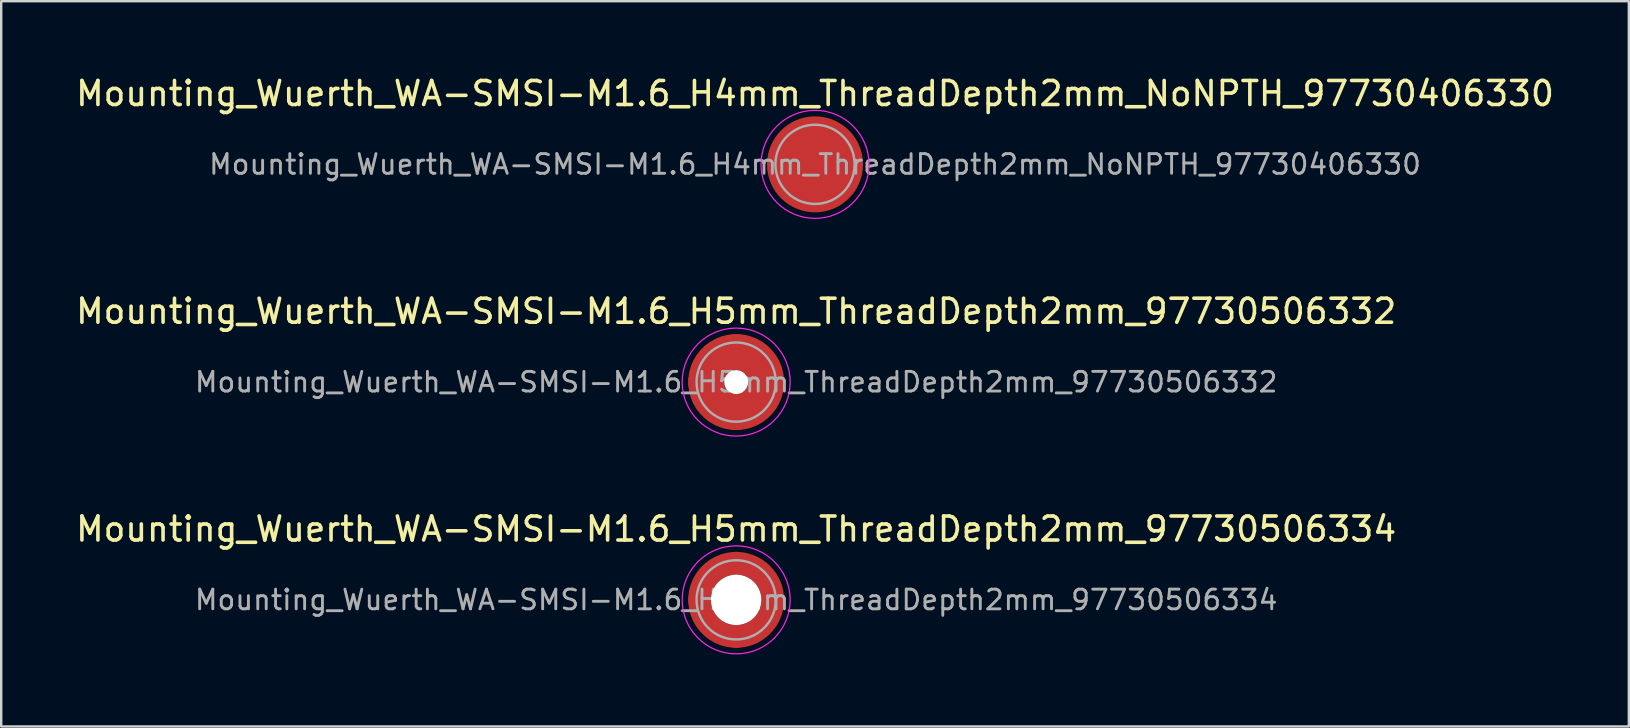
<source format=kicad_pcb>
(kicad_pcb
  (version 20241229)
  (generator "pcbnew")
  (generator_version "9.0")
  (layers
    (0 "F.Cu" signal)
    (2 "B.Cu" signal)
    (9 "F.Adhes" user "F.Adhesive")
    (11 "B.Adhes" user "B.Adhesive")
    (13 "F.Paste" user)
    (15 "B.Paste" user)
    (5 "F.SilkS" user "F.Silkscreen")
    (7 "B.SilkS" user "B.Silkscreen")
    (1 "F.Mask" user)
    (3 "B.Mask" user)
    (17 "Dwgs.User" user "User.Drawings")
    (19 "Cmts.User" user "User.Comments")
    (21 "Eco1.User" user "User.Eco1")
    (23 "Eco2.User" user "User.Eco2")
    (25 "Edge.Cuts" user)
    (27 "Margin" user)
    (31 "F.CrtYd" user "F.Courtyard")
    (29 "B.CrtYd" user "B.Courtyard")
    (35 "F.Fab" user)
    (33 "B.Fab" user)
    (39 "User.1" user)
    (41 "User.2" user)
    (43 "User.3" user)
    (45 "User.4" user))
  (footprint "Mounting_Wuerth_WA-SMSI-M1.6_H5mm_ThreadDepth2mm_97730506334"
    (layer "F.Cu")
    (at 27.625 21.945)
    (property "Reference" "Mounting_Wuerth_WA-SMSI-M1.6_H5mm_ThreadDepth2mm_97730506334" (at 0 -2.95 0) (layer "F.SilkS") (effects (font (size 1 1) (thickness 0.15))))
    (attr smd)
    (fp_circle (center 0 0) (end 2.25 0) (stroke (width 0.05) (type solid)) (fill no) (layer "F.CrtYd"))
    (fp_circle (center 0 0) (end 1.65 0) (stroke (width 0.1) (type solid)) (fill no) (layer "F.Fab"))
    (fp_text user "${REFERENCE}" (at 0 0 0) (layer "F.Fab") (effects (font (size 0.82 0.82) (thickness 0.12))))
    (pad "" smd custom (at -1.061 -1.061) (size 0.8 0.8) (layers "F.Paste") (options (anchor circle)) (primitives (gr_arc (start -0.176272 0.66066) (mid 0.141421 0.141421) (end 0.66066 -0.176272) (width 0.4)) (gr_arc (start -0.385023 0.66066) (mid 0 0) (end 0.66066 -0.385023) (width 0.4)) (gr_arc (start -0.591611 0.66066) (mid -0.141421 -0.141421) (end 0.66066 -0.591611) (width 0.4)) (gr_line (start 0.661 -0.176) (end 0.661 -0.592) (width 0.4)) (gr_line (start -0.176 0.661) (end -0.592 0.661) (width 0.4))))
    (pad "" smd custom (at -1.061 1.061) (size 0.8 0.8) (layers "F.Paste") (options (anchor circle)) (primitives (gr_arc (start 0.66066 0.176272) (mid 0.141421 -0.141421) (end -0.176272 -0.66066) (width 0.4)) (gr_arc (start 0.66066 0.385023) (mid 0 0) (end -0.385023 -0.66066) (width 0.4)) (gr_arc (start 0.66066 0.591611) (mid -0.141421 0.141421) (end -0.591611 -0.66066) (width 0.4)) (gr_line (start -0.176 -0.661) (end -0.592 -0.661) (width 0.4)) (gr_line (start 0.661 0.176) (end 0.661 0.592) (width 0.4))))
    (pad "" np_thru_hole circle (at 0 0) (size 2.1 2.1) (drill 2.1) (layers "*.Cu" "*.Mask"))
    (pad "" smd custom (at 1.061 -1.061) (size 0.8 0.8) (layers "F.Paste") (options (anchor circle)) (primitives (gr_arc (start -0.66066 -0.176272) (mid -0.141421 0.141421) (end 0.176272 0.66066) (width 0.4)) (gr_arc (start -0.66066 -0.385023) (mid 0 0) (end 0.385023 0.66066) (width 0.4)) (gr_arc (start -0.66066 -0.591611) (mid 0.141421 -0.141421) (end 0.591611 0.66066) (width 0.4)) (gr_line (start 0.176 0.661) (end 0.592 0.661) (width 0.4)) (gr_line (start -0.661 -0.176) (end -0.661 -0.592) (width 0.4))))
    (pad "" smd custom (at 1.061 1.061) (size 0.8 0.8) (layers "F.Paste") (options (anchor circle)) (primitives (gr_arc (start 0.176272 -0.66066) (mid -0.141421 -0.141421) (end -0.66066 0.176272) (width 0.4)) (gr_arc (start 0.385023 -0.66066) (mid 0 0) (end -0.66066 0.385023) (width 0.4)) (gr_arc (start 0.591611 -0.66066) (mid 0.141421 0.141421) (end -0.66066 0.591611) (width 0.4)) (gr_line (start -0.661 0.176) (end -0.661 0.592) (width 0.4)) (gr_line (start 0.176 -0.661) (end 0.592 -0.661) (width 0.4))))
    (pad "1" smd circle (at -1.525 0) (size 0.95 0.95) (layers "F.Cu"))
    (pad "1" smd circle (at 0 -1.525) (size 0.95 0.95) (layers "F.Cu"))
    (pad "1" smd circle (at 0 1.525) (size 0.95 0.95) (layers "F.Cu"))
    (pad "1" smd custom (at 1.525 0) (size 0.95 0.95) (layers "F.Cu" "F.Mask") (options (anchor circle)) (primitives (gr_circle (center -1.525 0) (end 0 0) (width 0.95) (fill no)))))
  (footprint "Mounting_Wuerth_WA-SMSI-M1.6_H5mm_ThreadDepth2mm_97730506332"
    (layer "F.Cu")
    (at 27.625 12.871)
    (property "Reference" "Mounting_Wuerth_WA-SMSI-M1.6_H5mm_ThreadDepth2mm_97730506332" (at 0 -2.95 0) (layer "F.SilkS") (effects (font (size 1 1) (thickness 0.15))))
    (attr smd)
    (fp_circle (center 0 0) (end 2.25 0) (stroke (width 0.05) (type solid)) (fill no) (layer "F.CrtYd"))
    (fp_circle (center 0 0) (end 1.65 0) (stroke (width 0.1) (type solid)) (fill no) (layer "F.Fab"))
    (fp_text user "${REFERENCE}" (at 0 0 0) (layer "F.Fab") (effects (font (size 0.82 0.82) (thickness 0.12))))
    (pad "" smd custom (at 0 -1.25) (size 1.3 1.3) (layers "F.Paste") (options (anchor circle)) (primitives (gr_arc (start -0.3 0.375) (mid 0 0.325) (end 0.3 0.375) (width 0.65)) (gr_arc (start -0.892679 0.375) (mid 0 0) (end 0.892679 0.375) (width 0.65)) (gr_arc (start -1.30958 0.375) (mid 0 -0.325) (end 1.30958 0.375) (width 0.65)) (gr_line (start 0.3 0.375) (end 1.31 0.375) (width 0.65)) (gr_line (start -0.3 0.375) (end -1.31 0.375) (width 0.65))))
    (pad "" np_thru_hole circle (at 0 0) (size 1 1) (drill 1) (layers "*.Cu" "*.Mask"))
    (pad "" smd custom (at 0 1.25) (size 1.3 1.3) (layers "F.Paste") (options (anchor circle)) (primitives (gr_arc (start 0.3 -0.375) (mid 0 -0.325) (end -0.3 -0.375) (width 0.65)) (gr_arc (start 0.892679 -0.375) (mid 0 0) (end -0.892679 -0.375) (width 0.65)) (gr_arc (start 1.30958 -0.375) (mid 0 0.325) (end -1.30958 -0.375) (width 0.65)) (gr_line (start -0.3 -0.375) (end -1.31 -0.375) (width 0.65)) (gr_line (start 0.3 -0.375) (end 1.31 -0.375) (width 0.65))))
    (pad "1" smd circle (at -1.25 0) (size 1.5 1.5) (layers "F.Cu"))
    (pad "1" smd circle (at 0 -1.25) (size 1.5 1.5) (layers "F.Cu"))
    (pad "1" smd circle (at 0 1.25) (size 1.5 1.5) (layers "F.Cu"))
    (pad "1" smd custom (at 1.25 0) (size 1.5 1.5) (layers "F.Cu" "F.Mask") (options (anchor circle)) (primitives (gr_circle (center -1.25 0) (end 0 0) (width 1.5) (fill no)))))
  (footprint "Mounting_Wuerth_WA-SMSI-M1.6_H4mm_ThreadDepth2mm_NoNPTH_97730406330"
    (layer "F.Cu")
    (at 30.911 3.798)
    (property "Reference" "Mounting_Wuerth_WA-SMSI-M1.6_H4mm_ThreadDepth2mm_NoNPTH_97730406330" (at 0 -2.95 0) (layer "F.SilkS") (effects (font (size 1 1) (thickness 0.15))))
    (attr smd)
    (fp_circle (center 0 0) (end 2.25 0) (stroke (width 0.05) (type solid)) (fill no) (layer "F.CrtYd"))
    (fp_circle (center 0 0) (end 1.65 0) (stroke (width 0.1) (type solid)) (fill no) (layer "F.Fab"))
    (fp_text user "${REFERENCE}" (at 0 0 0) (layer "F.Fab") (effects (font (size 0.82 0.82) (thickness 0.12))))
    (pad "" smd custom (at -0.778 -0.778) (size 0.8 0.8) (layers "F.Paste") (options (anchor circle)) (primitives (gr_arc (start 0.465568 0.527817) (mid 0.494975 0.494974) (end 0.527818 0.465567) (width 0.2)) (gr_arc (start 0.344805 0.527817) (mid 0.424264 0.424264) (end 0.527818 0.344805) (width 0.2)) (gr_arc (start 0.232382 0.527817) (mid 0.353553 0.353553) (end 0.527817 0.232382) (width 0.2)) (gr_arc (start 0.123983 0.527817) (mid 0.282843 0.282842) (end 0.527818 0.123983) (width 0.2)) (gr_arc (start 0.017883 0.527817) (mid 0.212132 0.212132) (end 0.527817 0.017883) (width 0.2)) (gr_arc (start -0.086763 0.527817) (mid 0.141421 0.141421) (end 0.527817 -0.086763) (width 0.2)) (gr_arc (start -0.190428 0.527817) (mid 0.070711 0.070711) (end 0.527817 -0.190428) (width 0.2)) (gr_arc (start -0.293397 0.527817) (mid 0 0) (end 0.527817 -0.293397) (width 0.2)) (gr_arc (start -0.395852 0.527817) (mid -0.070711 -0.070711) (end 0.527817 -0.395852) (width 0.2)) (gr_arc (start -0.497918 0.527817) (mid -0.141422 -0.141422) (end 0.527817 -0.497918) (width 0.2)) (gr_arc (start -0.59968 0.527817) (mid -0.212132 -0.212132) (end 0.527817 -0.59968) (width 0.2)) (gr_arc (start -0.701202 0.527817) (mid -0.282843 -0.282843) (end 0.527817 -0.701202) (width 0.2)) (gr_arc (start -0.802531 0.527817) (mid -0.353554 -0.353554) (end 0.527817 -0.802531) (width 0.2)) (gr_arc (start -0.9037 0.527817) (mid -0.424264 -0.424264) (end 0.527817 -0.9037) (width 0.2)) (gr_arc (start -1.004737 0.527817) (mid -0.494975 -0.494975) (end 0.527817 -1.004737) (width 0.2)) (gr_line (start 0.528 0.466) (end 0.528 -1.005) (width 0.2)) (gr_line (start 0.466 0.528) (end -1.005 0.528) (width 0.2))))
    (pad "" smd custom (at -0.778 0.778) (size 0.8 0.8) (layers "F.Paste") (options (anchor circle)) (primitives (gr_arc (start 0.527817 -0.465568) (mid 0.494974 -0.494975) (end 0.465567 -0.527818) (width 0.2)) (gr_arc (start 0.527817 -0.344805) (mid 0.424264 -0.424264) (end 0.344805 -0.527818) (width 0.2)) (gr_arc (start 0.527817 -0.232382) (mid 0.353553 -0.353553) (end 0.232382 -0.527817) (width 0.2)) (gr_arc (start 0.527817 -0.123983) (mid 0.282842 -0.282843) (end 0.123983 -0.527818) (width 0.2)) (gr_arc (start 0.527817 -0.017883) (mid 0.212132 -0.212132) (end 0.017883 -0.527817) (width 0.2)) (gr_arc (start 0.527817 0.086763) (mid 0.141421 -0.141421) (end -0.086763 -0.527817) (width 0.2)) (gr_arc (start 0.527817 0.190428) (mid 0.070711 -0.070711) (end -0.190428 -0.527817) (width 0.2)) (gr_arc (start 0.527817 0.293397) (mid 0 0) (end -0.293397 -0.527817) (width 0.2)) (gr_arc (start 0.527817 0.395852) (mid -0.070711 0.070711) (end -0.395852 -0.527817) (width 0.2)) (gr_arc (start 0.527817 0.497918) (mid -0.141422 0.141422) (end -0.497918 -0.527817) (width 0.2)) (gr_arc (start 0.527817 0.59968) (mid -0.212132 0.212132) (end -0.59968 -0.527817) (width 0.2)) (gr_arc (start 0.527817 0.701202) (mid -0.282843 0.282843) (end -0.701202 -0.527817) (width 0.2)) (gr_arc (start 0.527817 0.802531) (mid -0.353554 0.353554) (end -0.802531 -0.527817) (width 0.2)) (gr_arc (start 0.527817 0.9037) (mid -0.424264 0.424264) (end -0.9037 -0.527817) (width 0.2)) (gr_arc (start 0.527817 1.004737) (mid -0.494975 0.494975) (end -1.004737 -0.527817) (width 0.2)) (gr_line (start 0.466 -0.528) (end -1.005 -0.528) (width 0.2)) (gr_line (start 0.528 -0.466) (end 0.528 1.005) (width 0.2))))
    (pad "" smd custom (at 0.778 -0.778) (size 0.8 0.8) (layers "F.Paste") (options (anchor circle)) (primitives (gr_arc (start -0.527817 0.465568) (mid -0.494974 0.494975) (end -0.465567 0.527818) (width 0.2)) (gr_arc (start -0.527817 0.344805) (mid -0.424264 0.424264) (end -0.344805 0.527818) (width 0.2)) (gr_arc (start -0.527817 0.232382) (mid -0.353553 0.353553) (end -0.232382 0.527817) (width 0.2)) (gr_arc (start -0.527817 0.123983) (mid -0.282842 0.282843) (end -0.123983 0.527818) (width 0.2)) (gr_arc (start -0.527817 0.017883) (mid -0.212132 0.212132) (end -0.017883 0.527817) (width 0.2)) (gr_arc (start -0.527817 -0.086763) (mid -0.141421 0.141421) (end 0.086763 0.527817) (width 0.2)) (gr_arc (start -0.527817 -0.190428) (mid -0.070711 0.070711) (end 0.190428 0.527817) (width 0.2)) (gr_arc (start -0.527817 -0.293397) (mid 0 0) (end 0.293397 0.527817) (width 0.2)) (gr_arc (start -0.527817 -0.395852) (mid 0.070711 -0.070711) (end 0.395852 0.527817) (width 0.2)) (gr_arc (start -0.527817 -0.497918) (mid 0.141422 -0.141422) (end 0.497918 0.527817) (width 0.2)) (gr_arc (start -0.527817 -0.59968) (mid 0.212132 -0.212132) (end 0.59968 0.527817) (width 0.2)) (gr_arc (start -0.527817 -0.701202) (mid 0.282843 -0.282843) (end 0.701202 0.527817) (width 0.2)) (gr_arc (start -0.527817 -0.802531) (mid 0.353554 -0.353554) (end 0.802531 0.527817) (width 0.2)) (gr_arc (start -0.527817 -0.9037) (mid 0.424264 -0.424264) (end 0.9037 0.527817) (width 0.2)) (gr_arc (start -0.527817 -1.004737) (mid 0.494975 -0.494975) (end 1.004737 0.527817) (width 0.2)) (gr_line (start -0.466 0.528) (end 1.005 0.528) (width 0.2)) (gr_line (start -0.528 0.466) (end -0.528 -1.005) (width 0.2))))
    (pad "" smd custom (at 0.778 0.778) (size 0.8 0.8) (layers "F.Paste") (options (anchor circle)) (primitives (gr_arc (start -0.465568 -0.527817) (mid -0.494975 -0.494974) (end -0.527818 -0.465567) (width 0.2)) (gr_arc (start -0.344805 -0.527817) (mid -0.424264 -0.424264) (end -0.527818 -0.344805) (width 0.2)) (gr_arc (start -0.232382 -0.527817) (mid -0.353553 -0.353553) (end -0.527817 -0.232382) (width 0.2)) (gr_arc (start -0.123983 -0.527817) (mid -0.282843 -0.282842) (end -0.527818 -0.123983) (width 0.2)) (gr_arc (start -0.017883 -0.527817) (mid -0.212132 -0.212132) (end -0.527817 -0.017883) (width 0.2)) (gr_arc (start 0.086763 -0.527817) (mid -0.141421 -0.141421) (end -0.527817 0.086763) (width 0.2)) (gr_arc (start 0.190428 -0.527817) (mid -0.070711 -0.070711) (end -0.527817 0.190428) (width 0.2)) (gr_arc (start 0.293397 -0.527817) (mid 0 0) (end -0.527817 0.293397) (width 0.2)) (gr_arc (start 0.395852 -0.527817) (mid 0.070711 0.070711) (end -0.527817 0.395852) (width 0.2)) (gr_arc (start 0.497918 -0.527817) (mid 0.141422 0.141422) (end -0.527817 0.497918) (width 0.2)) (gr_arc (start 0.59968 -0.527817) (mid 0.212132 0.212132) (end -0.527817 0.59968) (width 0.2)) (gr_arc (start 0.701202 -0.527817) (mid 0.282843 0.282843) (end -0.527817 0.701202) (width 0.2)) (gr_arc (start 0.802531 -0.527817) (mid 0.353554 0.353554) (end -0.527817 0.802531) (width 0.2)) (gr_arc (start 0.9037 -0.527817) (mid 0.424264 0.424264) (end -0.527817 0.9037) (width 0.2)) (gr_arc (start 1.004737 -0.527817) (mid 0.494975 0.494975) (end -0.527817 1.004737) (width 0.2)) (gr_line (start -0.528 -0.466) (end -0.528 1.005) (width 0.2)) (gr_line (start -0.466 -0.528) (end 1.005 -0.528) (width 0.2))))
    (pad "1" smd circle (at 0 0) (size 4 4) (layers "F.Cu" "F.Mask")))
  (gr_rect
    (start -3 -3)
    (end 64.821 27.22)
    (stroke (width 0.1) (type default))
    (fill no)
    (layer "Edge.Cuts")))
</source>
